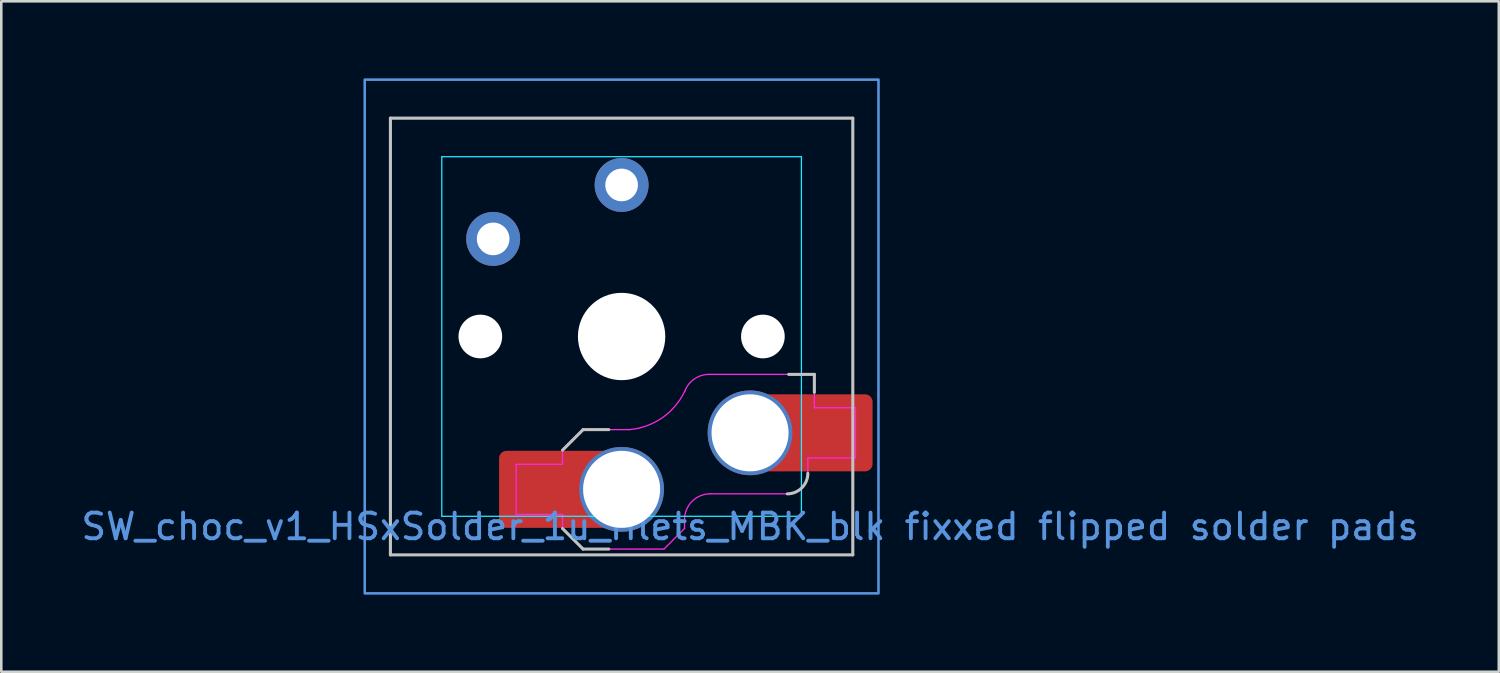
<source format=kicad_pcb>
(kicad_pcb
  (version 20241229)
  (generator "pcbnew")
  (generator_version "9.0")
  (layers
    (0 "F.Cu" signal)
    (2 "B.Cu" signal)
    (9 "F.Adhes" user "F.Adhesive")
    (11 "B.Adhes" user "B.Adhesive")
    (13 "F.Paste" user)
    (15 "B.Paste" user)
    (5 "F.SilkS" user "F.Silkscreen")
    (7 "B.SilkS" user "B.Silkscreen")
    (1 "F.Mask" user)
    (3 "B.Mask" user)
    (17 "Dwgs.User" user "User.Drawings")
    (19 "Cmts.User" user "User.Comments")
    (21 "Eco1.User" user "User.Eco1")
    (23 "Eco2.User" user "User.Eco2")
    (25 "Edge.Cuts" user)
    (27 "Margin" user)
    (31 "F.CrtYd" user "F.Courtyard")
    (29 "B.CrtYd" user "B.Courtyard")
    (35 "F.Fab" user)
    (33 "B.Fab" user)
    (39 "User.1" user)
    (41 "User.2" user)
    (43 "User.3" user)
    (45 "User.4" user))
  (footprint "SW_choc_v1_HSxSolder_1u_filets_MBK_blk fixxed flipped solder pads"
    (layer "F.Cu")
    (at 21.149 10.05)
    (property "Reference" "SW_choc_v1_HSxSolder_1u_filets_MBK_blk fixxed flipped solder pads" (at 5 7.4 0) (layer "Cmts.User") (effects (font (size 1 1) (thickness 0.15))))
    (attr smd)
    (fp_line (start -9 -8.5) (end 9 -8.5) (stroke (width 0.12) (type solid)) (layer "Dwgs.User"))
    (fp_line (start -9 8.5) (end -9 -8.5) (stroke (width 0.12) (type solid)) (layer "Dwgs.User"))
    (fp_line (start -2.3 4.425) (end -1.5 3.625) (stroke (width 0.12) (type solid)) (layer "Dwgs.User"))
    (fp_line (start -1.5 8.275) (end -2.3 7.475) (stroke (width 0.12) (type solid)) (layer "Dwgs.User"))
    (fp_line (start -0.5 3.625) (end -1.5 3.625) (stroke (width 0.12) (type solid)) (layer "Dwgs.User"))
    (fp_line (start -0.5 8.275) (end -1.5 8.275) (stroke (width 0.12) (type solid)) (layer "Dwgs.User"))
    (fp_line (start 6.504 1.475) (end 7.504 1.475) (stroke (width 0.12) (type solid)) (layer "Dwgs.User"))
    (fp_line (start 7.504 2.175) (end 7.504 1.475) (stroke (width 0.12) (type solid)) (layer "Dwgs.User"))
    (fp_line (start 9 -8.5) (end 9 8.5) (stroke (width 0.12) (type solid)) (layer "Dwgs.User"))
    (fp_line (start 9 8.5) (end -9 8.5) (stroke (width 0.12) (type solid)) (layer "Dwgs.User"))
    (fp_arc (start 7.25 5.325) (mid 7.015685 5.890685) (end 6.45 6.125) (stroke (width 0.12) (type solid)) (layer "Dwgs.User"))
    (fp_poly (pts (xy -10 -10) (xy 10 -10) (xy 10 10) (xy -10 10)) (stroke (width 0.1) (type default)) (fill no) (layer "Cmts.User"))
    (fp_line (start -6.95 6.45) (end -6.95 -6.45) (stroke (width 0.05) (type solid)) (layer "Eco2.User"))
    (fp_line (start -6.45 -6.95) (end 6.45 -6.95) (stroke (width 0.05) (type solid)) (layer "Eco2.User"))
    (fp_line (start 6.45 6.95) (end -6.45 6.95) (stroke (width 0.05) (type solid)) (layer "Eco2.User"))
    (fp_line (start 6.95 -6.45) (end 6.95 6.45) (stroke (width 0.05) (type solid)) (layer "Eco2.User"))
    (fp_arc (start -6.95 -6.45) (mid -6.803553 -6.803553) (end -6.45 -6.95) (stroke (width 0.05) (type solid)) (layer "Eco2.User"))
    (fp_arc (start -6.45 6.95) (mid -6.803553 6.803553) (end -6.95 6.45) (stroke (width 0.05) (type solid)) (layer "Eco2.User"))
    (fp_arc (start 6.45 -6.95) (mid 6.803553 -6.803553) (end 6.95 -6.45) (stroke (width 0.05) (type solid)) (layer "Eco2.User"))
    (fp_arc (start 6.95 6.45) (mid 6.803553 6.803553) (end 6.45 6.95) (stroke (width 0.05) (type solid)) (layer "Eco2.User"))
    (fp_line (start -7 -7) (end 7 -7) (stroke (width 0.05) (type solid)) (layer "B.CrtYd"))
    (fp_line (start -7 7) (end -7 -7) (stroke (width 0.05) (type solid)) (layer "B.CrtYd"))
    (fp_line (start 7 -7) (end 7 7) (stroke (width 0.05) (type solid)) (layer "B.CrtYd"))
    (fp_line (start 7 7) (end -7 7) (stroke (width 0.05) (type solid)) (layer "B.CrtYd"))
    (fp_line (start -4.104 6.925) (end -4.104 4.975) (stroke (width 0.05) (type solid)) (layer "F.CrtYd"))
    (fp_line (start -2.3 4.425) (end -2.3 4.975) (stroke (width 0.05) (type solid)) (layer "F.CrtYd"))
    (fp_line (start -2.3 4.425) (end -1.5 3.625) (stroke (width 0.05) (type solid)) (layer "F.CrtYd"))
    (fp_line (start -2.3 4.975) (end -4.104 4.975) (stroke (width 0.05) (type solid)) (layer "F.CrtYd"))
    (fp_line (start -2.3 6.925) (end -4.104 6.925) (stroke (width 0.05) (type solid)) (layer "F.CrtYd"))
    (fp_line (start -2.3 6.925) (end -2.3 7.475) (stroke (width 0.05) (type solid)) (layer "F.CrtYd"))
    (fp_line (start -1.5 8.275) (end -2.3 7.475) (stroke (width 0.05) (type solid)) (layer "F.CrtYd"))
    (fp_line (start 0.3 3.625) (end -1.5 3.625) (stroke (width 0.05) (type solid)) (layer "F.CrtYd"))
    (fp_line (start 1.65 8.275) (end -1.5 8.275) (stroke (width 0.05) (type solid)) (layer "F.CrtYd"))
    (fp_line (start 1.65 8.275) (end 2.45 7.475) (stroke (width 0.05) (type solid)) (layer "F.CrtYd"))
    (fp_line (start 2.45 7.125) (end 2.45 7.475) (stroke (width 0.05) (type solid)) (layer "F.CrtYd"))
    (fp_line (start 3.4 1.475) (end 7.504 1.475) (stroke (width 0.05) (type solid)) (layer "F.CrtYd"))
    (fp_line (start 6.45 6.125) (end 3.45 6.125) (stroke (width 0.05) (type solid)) (layer "F.CrtYd"))
    (fp_line (start 7.25 4.725) (end 7.25 5.325) (stroke (width 0.05) (type solid)) (layer "F.CrtYd"))
    (fp_line (start 7.504 2.175) (end 7.504 1.475) (stroke (width 0.05) (type solid)) (layer "F.CrtYd"))
    (fp_line (start 7.504 2.775) (end 7.504 2.175) (stroke (width 0.05) (type solid)) (layer "F.CrtYd"))
    (fp_line (start 7.504 2.775) (end 9.104 2.775) (stroke (width 0.05) (type solid)) (layer "F.CrtYd"))
    (fp_line (start 9.104 2.775) (end 9.104 4.725) (stroke (width 0.05) (type solid)) (layer "F.CrtYd"))
    (fp_line (start 9.104 4.725) (end 7.25 4.725) (stroke (width 0.05) (type solid)) (layer "F.CrtYd"))
    (fp_arc (start 2.45 7.125) (mid 2.742893 6.417893) (end 3.45 6.125) (stroke (width 0.05) (type solid)) (layer "F.CrtYd"))
    (fp_arc (start 2.455444 2.13293) (mid 1.577271 3.167234) (end 0.299999 3.624999) (stroke (width 0.05) (type solid)) (layer "F.CrtYd"))
    (fp_arc (start 2.460307 2.13298) (mid 2.826423 1.655848) (end 3.4 1.475) (stroke (width 0.05) (type solid)) (layer "F.CrtYd"))
    (fp_arc (start 7.25 5.325) (mid 7.015685 5.890685) (end 6.45 6.125) (stroke (width 0.05) (type solid)) (layer "F.CrtYd"))
    (pad "" np_thru_hole circle (at -5.5 0) (size 1.7 1.7) (drill 1.7) (layers "*.Cu" "*.Mask"))
    (pad "" np_thru_hole circle (at 0 0) (size 3.4 3.4) (drill 3.4) (layers "*.Cu" "*.Mask"))
    (pad "" np_thru_hole circle (at 5.5 0) (size 1.7 1.7) (drill 1.7) (layers "*.Cu" "*.Mask"))
    (pad "1" thru_hole circle (at 0 -5.9 180) (size 2.1 2.1) (drill 1.27) (layers "*.Cu" "F.Mask"))
    (pad "1" thru_hole circle (at 5 3.75 180) (size 3.3 3.3) (drill 3) (layers "*.Cu" "F.Mask"))
    (pad "1" smd rect (at 6.4 3.75 180) (size 1.6 3) (layers "F.Cu"))
    (pad "1" smd roundrect (at 8.345 3.75 180) (size 2.85 3) (layers "F.Cu" "F.Mask" "F.Paste") (roundrect_rratio 0.1))
    (pad "2" thru_hole circle (at -5 -3.8 180) (size 2.1 2.1) (drill 1.27) (layers "*.Cu" "F.Mask"))
    (pad "2" smd roundrect (at -3.345 5.95 180) (size 2.85 3) (layers "F.Cu" "F.Mask" "F.Paste") (roundrect_rratio 0.1))
    (pad "2" smd rect (at -1.4 5.95) (size 1.6 3) (layers "F.Cu"))
    (pad "2" thru_hole circle (at 0 5.95 180) (size 3.3 3.3) (drill 3) (layers "*.Cu" "F.Mask")))
  (gr_rect
    (start -3 -3)
    (end 55.298 23.1)
    (stroke (width 0.1) (type default))
    (fill no)
    (layer "Edge.Cuts")))
</source>
